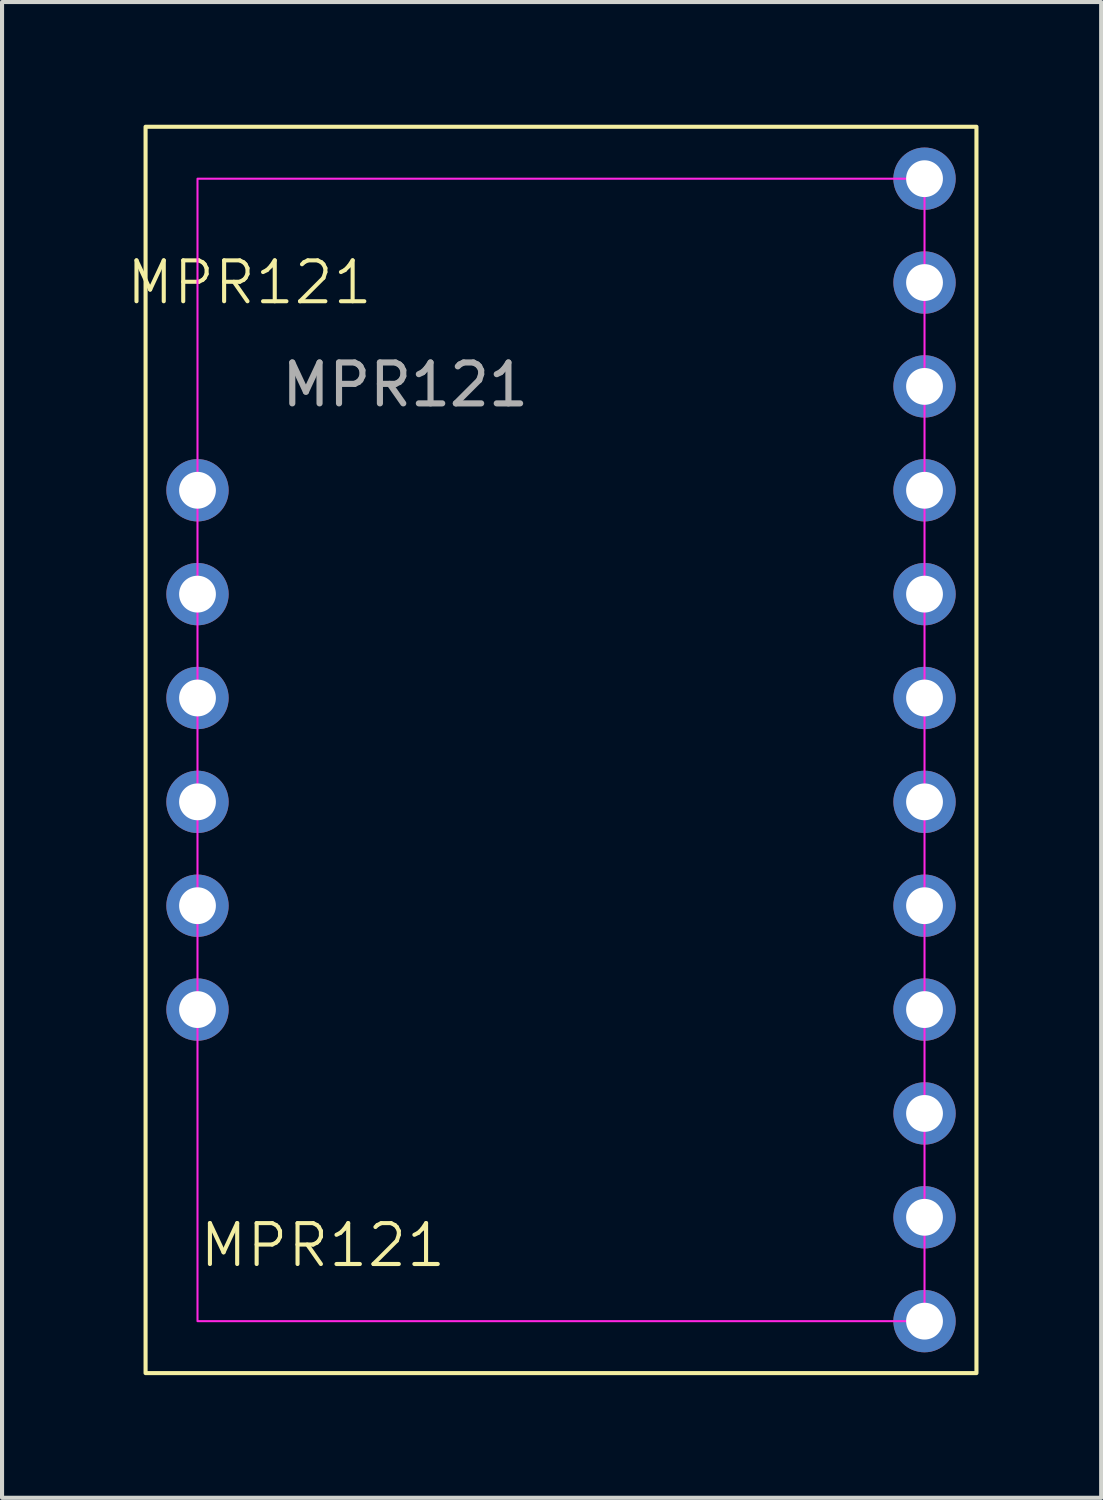
<source format=kicad_pcb>
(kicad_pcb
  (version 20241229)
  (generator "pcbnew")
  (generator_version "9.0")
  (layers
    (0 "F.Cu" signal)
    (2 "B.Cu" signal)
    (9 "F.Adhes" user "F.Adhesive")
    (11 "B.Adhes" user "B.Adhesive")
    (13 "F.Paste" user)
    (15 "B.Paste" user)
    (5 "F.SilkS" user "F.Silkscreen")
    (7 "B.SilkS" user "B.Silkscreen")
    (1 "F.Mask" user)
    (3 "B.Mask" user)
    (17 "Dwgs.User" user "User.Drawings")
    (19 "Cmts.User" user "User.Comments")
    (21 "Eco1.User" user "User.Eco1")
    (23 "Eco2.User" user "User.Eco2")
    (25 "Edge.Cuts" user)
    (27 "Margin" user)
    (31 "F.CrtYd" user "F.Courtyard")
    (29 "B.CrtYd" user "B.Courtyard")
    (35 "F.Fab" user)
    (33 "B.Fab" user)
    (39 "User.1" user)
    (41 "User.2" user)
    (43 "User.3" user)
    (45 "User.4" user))
  (footprint "MPR121"
    (layer "F.Cu")
    (at 1.78 3.86)
    (property "Reference" "MPR121" (at 1.27 0 0) (unlocked yes) (layer "F.SilkS") (effects (font (size 1 1) (thickness 0.1))))
    (attr through_hole)
    (fp_rect (start -1.27 -3.81) (end 19.05 26.67) (stroke (width 0.1) (type default)) (fill no) (layer "F.SilkS"))
    (fp_rect (start 0 -2.54) (end 17.78 25.4) (stroke (width 0.05) (type default)) (fill no) (layer "F.CrtYd"))
    (fp_text user "MPR121" (at 0 24.13 0) (unlocked yes) (layer "F.SilkS") (effects (font (size 1 1) (thickness 0.1)) (justify left bottom)))
    (fp_text user "${REFERENCE}" (at 5.08 2.5 0) (unlocked yes) (layer "F.Fab") (effects (font (size 1 1) (thickness 0.15))))
    (pad "1" thru_hole circle (at 0 5.08) (size 1.524 1.524) (drill 0.9) (layers "*.Cu" "*.Mask"))
    (pad "2" thru_hole circle (at 0 7.62) (size 1.524 1.524) (drill 0.9) (layers "*.Cu" "*.Mask"))
    (pad "3" thru_hole circle (at 0 10.16) (size 1.524 1.524) (drill 0.9) (layers "*.Cu" "*.Mask"))
    (pad "4" thru_hole circle (at 0 12.7) (size 1.524 1.524) (drill 0.9) (layers "*.Cu" "*.Mask"))
    (pad "5" thru_hole circle (at 0 15.24) (size 1.524 1.524) (drill 0.9) (layers "*.Cu" "*.Mask"))
    (pad "6" thru_hole circle (at 0 17.78) (size 1.524 1.524) (drill 0.9) (layers "*.Cu" "*.Mask"))
    (pad "7" thru_hole circle (at 17.78 25.4) (size 1.524 1.524) (drill 0.9) (layers "*.Cu" "*.Mask"))
    (pad "8" thru_hole circle (at 17.78 22.86) (size 1.524 1.524) (drill 0.9) (layers "*.Cu" "*.Mask"))
    (pad "9" thru_hole circle (at 17.78 20.32) (size 1.524 1.524) (drill 0.9) (layers "*.Cu" "*.Mask"))
    (pad "10" thru_hole circle (at 17.78 17.78) (size 1.524 1.524) (drill 0.9) (layers "*.Cu" "*.Mask"))
    (pad "11" thru_hole circle (at 17.78 15.24) (size 1.524 1.524) (drill 0.9) (layers "*.Cu" "*.Mask"))
    (pad "12" thru_hole circle (at 17.78 12.7) (size 1.524 1.524) (drill 0.9) (layers "*.Cu" "*.Mask"))
    (pad "13" thru_hole circle (at 17.78 10.16) (size 1.524 1.524) (drill 0.9) (layers "*.Cu" "*.Mask"))
    (pad "14" thru_hole circle (at 17.78 7.62) (size 1.524 1.524) (drill 0.9) (layers "*.Cu" "*.Mask"))
    (pad "15" thru_hole circle (at 17.78 5.08) (size 1.524 1.524) (drill 0.9) (layers "*.Cu" "*.Mask"))
    (pad "16" thru_hole circle (at 17.78 2.54) (size 1.524 1.524) (drill 0.9) (layers "*.Cu" "*.Mask"))
    (pad "17" thru_hole circle (at 17.78 0) (size 1.524 1.524) (drill 0.9) (layers "*.Cu" "*.Mask"))
    (pad "18" thru_hole circle (at 17.78 -2.54) (size 1.524 1.524) (drill 0.9) (layers "*.Cu" "*.Mask")))
  (gr_rect
    (start -3 -3)
    (end 23.88 33.58)
    (stroke (width 0.1) (type default))
    (fill no)
    (layer "Edge.Cuts")))
</source>
